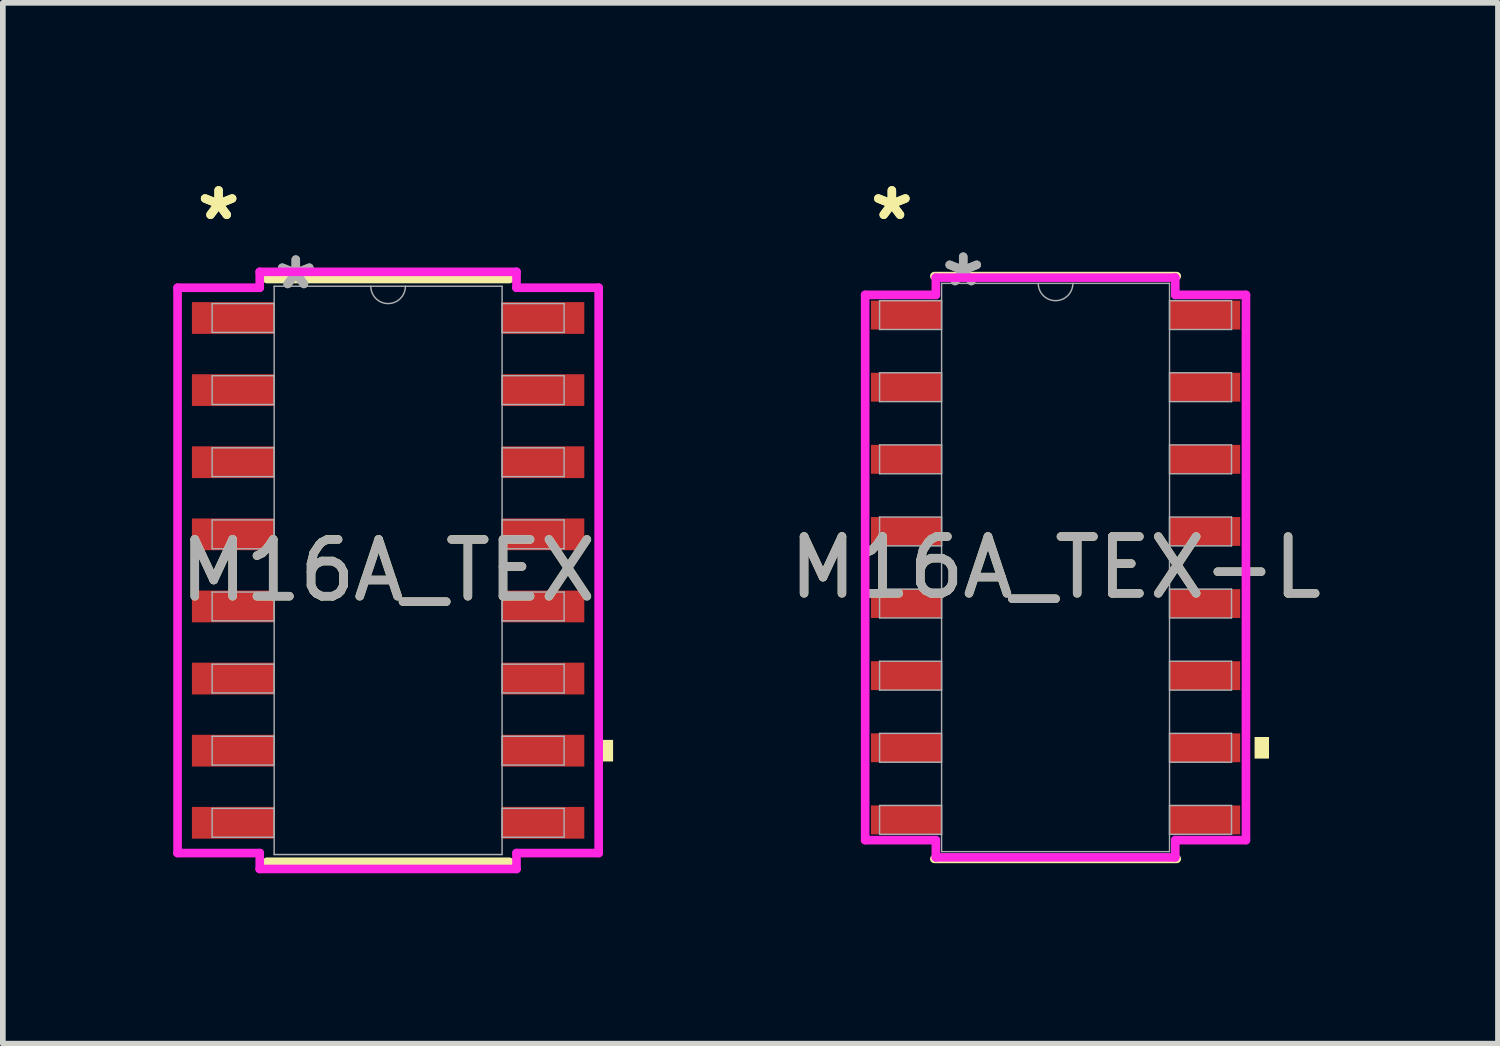
<source format=kicad_pcb>
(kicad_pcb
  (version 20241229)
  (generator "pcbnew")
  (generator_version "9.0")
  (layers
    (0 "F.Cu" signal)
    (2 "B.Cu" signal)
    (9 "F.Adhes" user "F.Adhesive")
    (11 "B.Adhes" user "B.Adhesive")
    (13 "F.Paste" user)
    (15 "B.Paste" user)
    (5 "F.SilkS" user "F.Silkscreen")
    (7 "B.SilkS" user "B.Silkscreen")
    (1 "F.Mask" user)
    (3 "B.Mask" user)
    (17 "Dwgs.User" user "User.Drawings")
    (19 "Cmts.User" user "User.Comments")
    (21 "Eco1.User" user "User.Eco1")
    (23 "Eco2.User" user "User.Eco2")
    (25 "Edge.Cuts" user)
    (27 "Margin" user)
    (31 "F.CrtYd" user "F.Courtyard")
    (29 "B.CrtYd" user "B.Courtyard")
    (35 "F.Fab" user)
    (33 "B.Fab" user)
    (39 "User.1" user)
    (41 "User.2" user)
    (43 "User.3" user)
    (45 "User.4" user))
  (footprint "M16A_TEX-L"
    (layer "F.Cu")
    (at 15.539 6.944)
    (property "Reference" "M16A_TEX-L" (at 0 0 0) (unlocked yes) (layer "F.SilkS") (effects (font (size 1 1) (thickness 0.15))))
    (attr smd)
    (fp_line (start -2.134 5.131) (end 2.134 5.131) (stroke (width 0.152) (type solid)) (layer "F.SilkS"))
    (fp_line (start 2.134 -5.131) (end -2.134 -5.131) (stroke (width 0.152) (type solid)) (layer "F.SilkS"))
    (fp_poly (pts (xy 3.759 2.985) (xy 3.759 3.365) (xy 3.505 3.365) (xy 3.505 2.985)) (stroke (width 0) (type solid)) (fill yes) (layer "F.SilkS"))
    (fp_line (start -3.353 -4.801) (end -2.108 -4.801) (stroke (width 0.152) (type solid)) (layer "F.CrtYd"))
    (fp_line (start -3.353 4.801) (end -3.353 -4.801) (stroke (width 0.152) (type solid)) (layer "F.CrtYd"))
    (fp_line (start -3.353 4.801) (end -2.108 4.801) (stroke (width 0.152) (type solid)) (layer "F.CrtYd"))
    (fp_line (start -2.108 -5.105) (end 2.108 -5.105) (stroke (width 0.152) (type solid)) (layer "F.CrtYd"))
    (fp_line (start -2.108 -4.801) (end -2.108 -5.105) (stroke (width 0.152) (type solid)) (layer "F.CrtYd"))
    (fp_line (start -2.108 5.105) (end -2.108 4.801) (stroke (width 0.152) (type solid)) (layer "F.CrtYd"))
    (fp_line (start 2.108 -5.105) (end 2.108 -4.801) (stroke (width 0.152) (type solid)) (layer "F.CrtYd"))
    (fp_line (start 2.108 4.801) (end 2.108 5.105) (stroke (width 0.152) (type solid)) (layer "F.CrtYd"))
    (fp_line (start 2.108 5.105) (end -2.108 5.105) (stroke (width 0.152) (type solid)) (layer "F.CrtYd"))
    (fp_line (start 3.353 -4.801) (end 2.108 -4.801) (stroke (width 0.152) (type solid)) (layer "F.CrtYd"))
    (fp_line (start 3.353 -4.801) (end 3.353 4.801) (stroke (width 0.152) (type solid)) (layer "F.CrtYd"))
    (fp_line (start 3.353 4.801) (end 2.108 4.801) (stroke (width 0.152) (type solid)) (layer "F.CrtYd"))
    (fp_line (start -3.099 -4.699) (end -3.099 -4.191) (stroke (width 0.025) (type solid)) (layer "F.Fab"))
    (fp_line (start -3.099 -4.191) (end -2.007 -4.191) (stroke (width 0.025) (type solid)) (layer "F.Fab"))
    (fp_line (start -3.099 -3.429) (end -3.099 -2.921) (stroke (width 0.025) (type solid)) (layer "F.Fab"))
    (fp_line (start -3.099 -2.921) (end -2.007 -2.921) (stroke (width 0.025) (type solid)) (layer "F.Fab"))
    (fp_line (start -3.099 -2.159) (end -3.099 -1.651) (stroke (width 0.025) (type solid)) (layer "F.Fab"))
    (fp_line (start -3.099 -1.651) (end -2.007 -1.651) (stroke (width 0.025) (type solid)) (layer "F.Fab"))
    (fp_line (start -3.099 -0.889) (end -3.099 -0.381) (stroke (width 0.025) (type solid)) (layer "F.Fab"))
    (fp_line (start -3.099 -0.381) (end -2.007 -0.381) (stroke (width 0.025) (type solid)) (layer "F.Fab"))
    (fp_line (start -3.099 0.381) (end -3.099 0.889) (stroke (width 0.025) (type solid)) (layer "F.Fab"))
    (fp_line (start -3.099 0.889) (end -2.007 0.889) (stroke (width 0.025) (type solid)) (layer "F.Fab"))
    (fp_line (start -3.099 1.651) (end -3.099 2.159) (stroke (width 0.025) (type solid)) (layer "F.Fab"))
    (fp_line (start -3.099 2.159) (end -2.007 2.159) (stroke (width 0.025) (type solid)) (layer "F.Fab"))
    (fp_line (start -3.099 2.921) (end -3.099 3.429) (stroke (width 0.025) (type solid)) (layer "F.Fab"))
    (fp_line (start -3.099 3.429) (end -2.007 3.429) (stroke (width 0.025) (type solid)) (layer "F.Fab"))
    (fp_line (start -3.099 4.191) (end -3.099 4.699) (stroke (width 0.025) (type solid)) (layer "F.Fab"))
    (fp_line (start -3.099 4.699) (end -2.007 4.699) (stroke (width 0.025) (type solid)) (layer "F.Fab"))
    (fp_line (start -2.007 -5.004) (end -2.007 5.004) (stroke (width 0.025) (type solid)) (layer "F.Fab"))
    (fp_line (start -2.007 -4.699) (end -3.099 -4.699) (stroke (width 0.025) (type solid)) (layer "F.Fab"))
    (fp_line (start -2.007 -4.191) (end -2.007 -4.699) (stroke (width 0.025) (type solid)) (layer "F.Fab"))
    (fp_line (start -2.007 -3.429) (end -3.099 -3.429) (stroke (width 0.025) (type solid)) (layer "F.Fab"))
    (fp_line (start -2.007 -2.921) (end -2.007 -3.429) (stroke (width 0.025) (type solid)) (layer "F.Fab"))
    (fp_line (start -2.007 -2.159) (end -3.099 -2.159) (stroke (width 0.025) (type solid)) (layer "F.Fab"))
    (fp_line (start -2.007 -1.651) (end -2.007 -2.159) (stroke (width 0.025) (type solid)) (layer "F.Fab"))
    (fp_line (start -2.007 -0.889) (end -3.099 -0.889) (stroke (width 0.025) (type solid)) (layer "F.Fab"))
    (fp_line (start -2.007 -0.381) (end -2.007 -0.889) (stroke (width 0.025) (type solid)) (layer "F.Fab"))
    (fp_line (start -2.007 0.381) (end -3.099 0.381) (stroke (width 0.025) (type solid)) (layer "F.Fab"))
    (fp_line (start -2.007 0.889) (end -2.007 0.381) (stroke (width 0.025) (type solid)) (layer "F.Fab"))
    (fp_line (start -2.007 1.651) (end -3.099 1.651) (stroke (width 0.025) (type solid)) (layer "F.Fab"))
    (fp_line (start -2.007 2.159) (end -2.007 1.651) (stroke (width 0.025) (type solid)) (layer "F.Fab"))
    (fp_line (start -2.007 2.921) (end -3.099 2.921) (stroke (width 0.025) (type solid)) (layer "F.Fab"))
    (fp_line (start -2.007 3.429) (end -2.007 2.921) (stroke (width 0.025) (type solid)) (layer "F.Fab"))
    (fp_line (start -2.007 4.191) (end -3.099 4.191) (stroke (width 0.025) (type solid)) (layer "F.Fab"))
    (fp_line (start -2.007 4.699) (end -2.007 4.191) (stroke (width 0.025) (type solid)) (layer "F.Fab"))
    (fp_line (start -2.007 5.004) (end 2.007 5.004) (stroke (width 0.025) (type solid)) (layer "F.Fab"))
    (fp_line (start 2.007 -5.004) (end -2.007 -5.004) (stroke (width 0.025) (type solid)) (layer "F.Fab"))
    (fp_line (start 2.007 -4.699) (end 2.007 -4.191) (stroke (width 0.025) (type solid)) (layer "F.Fab"))
    (fp_line (start 2.007 -4.191) (end 3.099 -4.191) (stroke (width 0.025) (type solid)) (layer "F.Fab"))
    (fp_line (start 2.007 -3.429) (end 2.007 -2.921) (stroke (width 0.025) (type solid)) (layer "F.Fab"))
    (fp_line (start 2.007 -2.921) (end 3.099 -2.921) (stroke (width 0.025) (type solid)) (layer "F.Fab"))
    (fp_line (start 2.007 -2.159) (end 2.007 -1.651) (stroke (width 0.025) (type solid)) (layer "F.Fab"))
    (fp_line (start 2.007 -1.651) (end 3.099 -1.651) (stroke (width 0.025) (type solid)) (layer "F.Fab"))
    (fp_line (start 2.007 -0.889) (end 2.007 -0.381) (stroke (width 0.025) (type solid)) (layer "F.Fab"))
    (fp_line (start 2.007 -0.381) (end 3.099 -0.381) (stroke (width 0.025) (type solid)) (layer "F.Fab"))
    (fp_line (start 2.007 0.381) (end 2.007 0.889) (stroke (width 0.025) (type solid)) (layer "F.Fab"))
    (fp_line (start 2.007 0.889) (end 3.099 0.889) (stroke (width 0.025) (type solid)) (layer "F.Fab"))
    (fp_line (start 2.007 1.651) (end 2.007 2.159) (stroke (width 0.025) (type solid)) (layer "F.Fab"))
    (fp_line (start 2.007 2.159) (end 3.099 2.159) (stroke (width 0.025) (type solid)) (layer "F.Fab"))
    (fp_line (start 2.007 2.921) (end 2.007 3.429) (stroke (width 0.025) (type solid)) (layer "F.Fab"))
    (fp_line (start 2.007 3.429) (end 3.099 3.429) (stroke (width 0.025) (type solid)) (layer "F.Fab"))
    (fp_line (start 2.007 4.191) (end 2.007 4.699) (stroke (width 0.025) (type solid)) (layer "F.Fab"))
    (fp_line (start 2.007 4.699) (end 3.099 4.699) (stroke (width 0.025) (type solid)) (layer "F.Fab"))
    (fp_line (start 2.007 5.004) (end 2.007 -5.004) (stroke (width 0.025) (type solid)) (layer "F.Fab"))
    (fp_line (start 3.099 -4.699) (end 2.007 -4.699) (stroke (width 0.025) (type solid)) (layer "F.Fab"))
    (fp_line (start 3.099 -4.191) (end 3.099 -4.699) (stroke (width 0.025) (type solid)) (layer "F.Fab"))
    (fp_line (start 3.099 -3.429) (end 2.007 -3.429) (stroke (width 0.025) (type solid)) (layer "F.Fab"))
    (fp_line (start 3.099 -2.921) (end 3.099 -3.429) (stroke (width 0.025) (type solid)) (layer "F.Fab"))
    (fp_line (start 3.099 -2.159) (end 2.007 -2.159) (stroke (width 0.025) (type solid)) (layer "F.Fab"))
    (fp_line (start 3.099 -1.651) (end 3.099 -2.159) (stroke (width 0.025) (type solid)) (layer "F.Fab"))
    (fp_line (start 3.099 -0.889) (end 2.007 -0.889) (stroke (width 0.025) (type solid)) (layer "F.Fab"))
    (fp_line (start 3.099 -0.381) (end 3.099 -0.889) (stroke (width 0.025) (type solid)) (layer "F.Fab"))
    (fp_line (start 3.099 0.381) (end 2.007 0.381) (stroke (width 0.025) (type solid)) (layer "F.Fab"))
    (fp_line (start 3.099 0.889) (end 3.099 0.381) (stroke (width 0.025) (type solid)) (layer "F.Fab"))
    (fp_line (start 3.099 1.651) (end 2.007 1.651) (stroke (width 0.025) (type solid)) (layer "F.Fab"))
    (fp_line (start 3.099 2.159) (end 3.099 1.651) (stroke (width 0.025) (type solid)) (layer "F.Fab"))
    (fp_line (start 3.099 2.921) (end 2.007 2.921) (stroke (width 0.025) (type solid)) (layer "F.Fab"))
    (fp_line (start 3.099 3.429) (end 3.099 2.921) (stroke (width 0.025) (type solid)) (layer "F.Fab"))
    (fp_line (start 3.099 4.191) (end 2.007 4.191) (stroke (width 0.025) (type solid)) (layer "F.Fab"))
    (fp_line (start 3.099 4.699) (end 3.099 4.191) (stroke (width 0.025) (type solid)) (layer "F.Fab"))
    (fp_arc (start 0.3048 -5.0038) (mid 0 -4.699) (end -0.3048 -5.0038) (stroke (width 0.0254) (type solid)) (layer "F.Fab"))
    (fp_text user "*" (at -2.883 -6.096 0) (unlocked yes) (layer "F.SilkS") (effects (font (size 1 1) (thickness 0.15))))
    (fp_text user "*" (at -2.883 -6.096 0) (layer "F.SilkS") (effects (font (size 1 1) (thickness 0.15))))
    (fp_text user "${REFERENCE}" (at 0 0 0) (unlocked yes) (layer "F.Fab") (effects (font (size 1 1) (thickness 0.15))))
    (fp_text user "*" (at -1.626 -4.928 0) (unlocked yes) (layer "F.Fab") (effects (font (size 1 1) (thickness 0.15))))
    (fp_text user "*" (at -1.626 -4.928 0) (layer "F.Fab") (effects (font (size 1 1) (thickness 0.15))))
    (pad "1" smd rect (at -2.629 -4.445) (size 1.245 0.508) (layers "F.Cu" "F.Mask" "F.Paste"))
    (pad "2" smd rect (at -2.629 -3.175) (size 1.245 0.508) (layers "F.Cu" "F.Mask" "F.Paste"))
    (pad "3" smd rect (at -2.629 -1.905) (size 1.245 0.508) (layers "F.Cu" "F.Mask" "F.Paste"))
    (pad "4" smd rect (at -2.629 -0.635) (size 1.245 0.508) (layers "F.Cu" "F.Mask" "F.Paste"))
    (pad "5" smd rect (at -2.629 0.635) (size 1.245 0.508) (layers "F.Cu" "F.Mask" "F.Paste"))
    (pad "6" smd rect (at -2.629 1.905) (size 1.245 0.508) (layers "F.Cu" "F.Mask" "F.Paste"))
    (pad "7" smd rect (at -2.629 3.175) (size 1.245 0.508) (layers "F.Cu" "F.Mask" "F.Paste"))
    (pad "8" smd rect (at -2.629 4.445) (size 1.245 0.508) (layers "F.Cu" "F.Mask" "F.Paste"))
    (pad "9" smd rect (at 2.629 4.445) (size 1.245 0.508) (layers "F.Cu" "F.Mask" "F.Paste"))
    (pad "10" smd rect (at 2.629 3.175) (size 1.245 0.508) (layers "F.Cu" "F.Mask" "F.Paste"))
    (pad "11" smd rect (at 2.629 1.905) (size 1.245 0.508) (layers "F.Cu" "F.Mask" "F.Paste"))
    (pad "12" smd rect (at 2.629 0.635) (size 1.245 0.508) (layers "F.Cu" "F.Mask" "F.Paste"))
    (pad "13" smd rect (at 2.629 -0.635) (size 1.245 0.508) (layers "F.Cu" "F.Mask" "F.Paste"))
    (pad "14" smd rect (at 2.629 -1.905) (size 1.245 0.508) (layers "F.Cu" "F.Mask" "F.Paste"))
    (pad "15" smd rect (at 2.629 -3.175) (size 1.245 0.508) (layers "F.Cu" "F.Mask" "F.Paste"))
    (pad "16" smd rect (at 2.629 -4.445) (size 1.245 0.508) (layers "F.Cu" "F.Mask" "F.Paste")))
  (footprint "M16A_TEX"
    (layer "F.Cu")
    (at 3.785 6.995)
    (property "Reference" "M16A_TEX" (at 0 0 0) (unlocked yes) (layer "F.SilkS") (effects (font (size 1 1) (thickness 0.15))))
    (attr smd)
    (fp_line (start -2.134 5.131) (end 2.134 5.131) (stroke (width 0.152) (type solid)) (layer "F.SilkS"))
    (fp_line (start 2.134 -5.131) (end -2.134 -5.131) (stroke (width 0.152) (type solid)) (layer "F.SilkS"))
    (fp_poly (pts (xy 3.962 2.985) (xy 3.962 3.365) (xy 3.708 3.365) (xy 3.708 2.985)) (stroke (width 0) (type solid)) (fill yes) (layer "F.SilkS"))
    (fp_line (start -3.708 -4.978) (end -2.261 -4.978) (stroke (width 0.152) (type solid)) (layer "F.CrtYd"))
    (fp_line (start -3.708 4.978) (end -3.708 -4.978) (stroke (width 0.152) (type solid)) (layer "F.CrtYd"))
    (fp_line (start -3.708 4.978) (end -2.261 4.978) (stroke (width 0.152) (type solid)) (layer "F.CrtYd"))
    (fp_line (start -2.261 -5.258) (end 2.261 -5.258) (stroke (width 0.152) (type solid)) (layer "F.CrtYd"))
    (fp_line (start -2.261 -4.978) (end -2.261 -5.258) (stroke (width 0.152) (type solid)) (layer "F.CrtYd"))
    (fp_line (start -2.261 5.258) (end -2.261 4.978) (stroke (width 0.152) (type solid)) (layer "F.CrtYd"))
    (fp_line (start 2.261 -5.258) (end 2.261 -4.978) (stroke (width 0.152) (type solid)) (layer "F.CrtYd"))
    (fp_line (start 2.261 4.978) (end 2.261 5.258) (stroke (width 0.152) (type solid)) (layer "F.CrtYd"))
    (fp_line (start 2.261 5.258) (end -2.261 5.258) (stroke (width 0.152) (type solid)) (layer "F.CrtYd"))
    (fp_line (start 3.708 -4.978) (end 2.261 -4.978) (stroke (width 0.152) (type solid)) (layer "F.CrtYd"))
    (fp_line (start 3.708 -4.978) (end 3.708 4.978) (stroke (width 0.152) (type solid)) (layer "F.CrtYd"))
    (fp_line (start 3.708 4.978) (end 2.261 4.978) (stroke (width 0.152) (type solid)) (layer "F.CrtYd"))
    (fp_line (start -3.099 -4.699) (end -3.099 -4.191) (stroke (width 0.025) (type solid)) (layer "F.Fab"))
    (fp_line (start -3.099 -4.191) (end -2.007 -4.191) (stroke (width 0.025) (type solid)) (layer "F.Fab"))
    (fp_line (start -3.099 -3.429) (end -3.099 -2.921) (stroke (width 0.025) (type solid)) (layer "F.Fab"))
    (fp_line (start -3.099 -2.921) (end -2.007 -2.921) (stroke (width 0.025) (type solid)) (layer "F.Fab"))
    (fp_line (start -3.099 -2.159) (end -3.099 -1.651) (stroke (width 0.025) (type solid)) (layer "F.Fab"))
    (fp_line (start -3.099 -1.651) (end -2.007 -1.651) (stroke (width 0.025) (type solid)) (layer "F.Fab"))
    (fp_line (start -3.099 -0.889) (end -3.099 -0.381) (stroke (width 0.025) (type solid)) (layer "F.Fab"))
    (fp_line (start -3.099 -0.381) (end -2.007 -0.381) (stroke (width 0.025) (type solid)) (layer "F.Fab"))
    (fp_line (start -3.099 0.381) (end -3.099 0.889) (stroke (width 0.025) (type solid)) (layer "F.Fab"))
    (fp_line (start -3.099 0.889) (end -2.007 0.889) (stroke (width 0.025) (type solid)) (layer "F.Fab"))
    (fp_line (start -3.099 1.651) (end -3.099 2.159) (stroke (width 0.025) (type solid)) (layer "F.Fab"))
    (fp_line (start -3.099 2.159) (end -2.007 2.159) (stroke (width 0.025) (type solid)) (layer "F.Fab"))
    (fp_line (start -3.099 2.921) (end -3.099 3.429) (stroke (width 0.025) (type solid)) (layer "F.Fab"))
    (fp_line (start -3.099 3.429) (end -2.007 3.429) (stroke (width 0.025) (type solid)) (layer "F.Fab"))
    (fp_line (start -3.099 4.191) (end -3.099 4.699) (stroke (width 0.025) (type solid)) (layer "F.Fab"))
    (fp_line (start -3.099 4.699) (end -2.007 4.699) (stroke (width 0.025) (type solid)) (layer "F.Fab"))
    (fp_line (start -2.007 -5.004) (end -2.007 5.004) (stroke (width 0.025) (type solid)) (layer "F.Fab"))
    (fp_line (start -2.007 -4.699) (end -3.099 -4.699) (stroke (width 0.025) (type solid)) (layer "F.Fab"))
    (fp_line (start -2.007 -4.191) (end -2.007 -4.699) (stroke (width 0.025) (type solid)) (layer "F.Fab"))
    (fp_line (start -2.007 -3.429) (end -3.099 -3.429) (stroke (width 0.025) (type solid)) (layer "F.Fab"))
    (fp_line (start -2.007 -2.921) (end -2.007 -3.429) (stroke (width 0.025) (type solid)) (layer "F.Fab"))
    (fp_line (start -2.007 -2.159) (end -3.099 -2.159) (stroke (width 0.025) (type solid)) (layer "F.Fab"))
    (fp_line (start -2.007 -1.651) (end -2.007 -2.159) (stroke (width 0.025) (type solid)) (layer "F.Fab"))
    (fp_line (start -2.007 -0.889) (end -3.099 -0.889) (stroke (width 0.025) (type solid)) (layer "F.Fab"))
    (fp_line (start -2.007 -0.381) (end -2.007 -0.889) (stroke (width 0.025) (type solid)) (layer "F.Fab"))
    (fp_line (start -2.007 0.381) (end -3.099 0.381) (stroke (width 0.025) (type solid)) (layer "F.Fab"))
    (fp_line (start -2.007 0.889) (end -2.007 0.381) (stroke (width 0.025) (type solid)) (layer "F.Fab"))
    (fp_line (start -2.007 1.651) (end -3.099 1.651) (stroke (width 0.025) (type solid)) (layer "F.Fab"))
    (fp_line (start -2.007 2.159) (end -2.007 1.651) (stroke (width 0.025) (type solid)) (layer "F.Fab"))
    (fp_line (start -2.007 2.921) (end -3.099 2.921) (stroke (width 0.025) (type solid)) (layer "F.Fab"))
    (fp_line (start -2.007 3.429) (end -2.007 2.921) (stroke (width 0.025) (type solid)) (layer "F.Fab"))
    (fp_line (start -2.007 4.191) (end -3.099 4.191) (stroke (width 0.025) (type solid)) (layer "F.Fab"))
    (fp_line (start -2.007 4.699) (end -2.007 4.191) (stroke (width 0.025) (type solid)) (layer "F.Fab"))
    (fp_line (start -2.007 5.004) (end 2.007 5.004) (stroke (width 0.025) (type solid)) (layer "F.Fab"))
    (fp_line (start 2.007 -5.004) (end -2.007 -5.004) (stroke (width 0.025) (type solid)) (layer "F.Fab"))
    (fp_line (start 2.007 -4.699) (end 2.007 -4.191) (stroke (width 0.025) (type solid)) (layer "F.Fab"))
    (fp_line (start 2.007 -4.191) (end 3.099 -4.191) (stroke (width 0.025) (type solid)) (layer "F.Fab"))
    (fp_line (start 2.007 -3.429) (end 2.007 -2.921) (stroke (width 0.025) (type solid)) (layer "F.Fab"))
    (fp_line (start 2.007 -2.921) (end 3.099 -2.921) (stroke (width 0.025) (type solid)) (layer "F.Fab"))
    (fp_line (start 2.007 -2.159) (end 2.007 -1.651) (stroke (width 0.025) (type solid)) (layer "F.Fab"))
    (fp_line (start 2.007 -1.651) (end 3.099 -1.651) (stroke (width 0.025) (type solid)) (layer "F.Fab"))
    (fp_line (start 2.007 -0.889) (end 2.007 -0.381) (stroke (width 0.025) (type solid)) (layer "F.Fab"))
    (fp_line (start 2.007 -0.381) (end 3.099 -0.381) (stroke (width 0.025) (type solid)) (layer "F.Fab"))
    (fp_line (start 2.007 0.381) (end 2.007 0.889) (stroke (width 0.025) (type solid)) (layer "F.Fab"))
    (fp_line (start 2.007 0.889) (end 3.099 0.889) (stroke (width 0.025) (type solid)) (layer "F.Fab"))
    (fp_line (start 2.007 1.651) (end 2.007 2.159) (stroke (width 0.025) (type solid)) (layer "F.Fab"))
    (fp_line (start 2.007 2.159) (end 3.099 2.159) (stroke (width 0.025) (type solid)) (layer "F.Fab"))
    (fp_line (start 2.007 2.921) (end 2.007 3.429) (stroke (width 0.025) (type solid)) (layer "F.Fab"))
    (fp_line (start 2.007 3.429) (end 3.099 3.429) (stroke (width 0.025) (type solid)) (layer "F.Fab"))
    (fp_line (start 2.007 4.191) (end 2.007 4.699) (stroke (width 0.025) (type solid)) (layer "F.Fab"))
    (fp_line (start 2.007 4.699) (end 3.099 4.699) (stroke (width 0.025) (type solid)) (layer "F.Fab"))
    (fp_line (start 2.007 5.004) (end 2.007 -5.004) (stroke (width 0.025) (type solid)) (layer "F.Fab"))
    (fp_line (start 3.099 -4.699) (end 2.007 -4.699) (stroke (width 0.025) (type solid)) (layer "F.Fab"))
    (fp_line (start 3.099 -4.191) (end 3.099 -4.699) (stroke (width 0.025) (type solid)) (layer "F.Fab"))
    (fp_line (start 3.099 -3.429) (end 2.007 -3.429) (stroke (width 0.025) (type solid)) (layer "F.Fab"))
    (fp_line (start 3.099 -2.921) (end 3.099 -3.429) (stroke (width 0.025) (type solid)) (layer "F.Fab"))
    (fp_line (start 3.099 -2.159) (end 2.007 -2.159) (stroke (width 0.025) (type solid)) (layer "F.Fab"))
    (fp_line (start 3.099 -1.651) (end 3.099 -2.159) (stroke (width 0.025) (type solid)) (layer "F.Fab"))
    (fp_line (start 3.099 -0.889) (end 2.007 -0.889) (stroke (width 0.025) (type solid)) (layer "F.Fab"))
    (fp_line (start 3.099 -0.381) (end 3.099 -0.889) (stroke (width 0.025) (type solid)) (layer "F.Fab"))
    (fp_line (start 3.099 0.381) (end 2.007 0.381) (stroke (width 0.025) (type solid)) (layer "F.Fab"))
    (fp_line (start 3.099 0.889) (end 3.099 0.381) (stroke (width 0.025) (type solid)) (layer "F.Fab"))
    (fp_line (start 3.099 1.651) (end 2.007 1.651) (stroke (width 0.025) (type solid)) (layer "F.Fab"))
    (fp_line (start 3.099 2.159) (end 3.099 1.651) (stroke (width 0.025) (type solid)) (layer "F.Fab"))
    (fp_line (start 3.099 2.921) (end 2.007 2.921) (stroke (width 0.025) (type solid)) (layer "F.Fab"))
    (fp_line (start 3.099 3.429) (end 3.099 2.921) (stroke (width 0.025) (type solid)) (layer "F.Fab"))
    (fp_line (start 3.099 4.191) (end 2.007 4.191) (stroke (width 0.025) (type solid)) (layer "F.Fab"))
    (fp_line (start 3.099 4.699) (end 3.099 4.191) (stroke (width 0.025) (type solid)) (layer "F.Fab"))
    (fp_arc (start 0.3048 -5.0038) (mid 0 -4.699) (end -0.3048 -5.0038) (stroke (width 0.0254) (type solid)) (layer "F.Fab"))
    (fp_text user "*" (at -2.985 -6.147 0) (layer "F.SilkS") (effects (font (size 1 1) (thickness 0.15))))
    (fp_text user "*" (at -2.985 -6.147 0) (unlocked yes) (layer "F.SilkS") (effects (font (size 1 1) (thickness 0.15))))
    (fp_text user "${REFERENCE}" (at 0 0 0) (unlocked yes) (layer "F.Fab") (effects (font (size 1 1) (thickness 0.15))))
    (fp_text user "*" (at -1.626 -4.928 0) (layer "F.Fab") (effects (font (size 1 1) (thickness 0.15))))
    (fp_text user "*" (at -1.626 -4.928 0) (unlocked yes) (layer "F.Fab") (effects (font (size 1 1) (thickness 0.15))))
    (pad "1" smd rect (at -2.731 -4.445) (size 1.448 0.559) (layers "F.Cu" "F.Mask" "F.Paste"))
    (pad "2" smd rect (at -2.731 -3.175) (size 1.448 0.559) (layers "F.Cu" "F.Mask" "F.Paste"))
    (pad "3" smd rect (at -2.731 -1.905) (size 1.448 0.559) (layers "F.Cu" "F.Mask" "F.Paste"))
    (pad "4" smd rect (at -2.731 -0.635) (size 1.448 0.559) (layers "F.Cu" "F.Mask" "F.Paste"))
    (pad "5" smd rect (at -2.731 0.635) (size 1.448 0.559) (layers "F.Cu" "F.Mask" "F.Paste"))
    (pad "6" smd rect (at -2.731 1.905) (size 1.448 0.559) (layers "F.Cu" "F.Mask" "F.Paste"))
    (pad "7" smd rect (at -2.731 3.175) (size 1.448 0.559) (layers "F.Cu" "F.Mask" "F.Paste"))
    (pad "8" smd rect (at -2.731 4.445) (size 1.448 0.559) (layers "F.Cu" "F.Mask" "F.Paste"))
    (pad "9" smd rect (at 2.731 4.445) (size 1.448 0.559) (layers "F.Cu" "F.Mask" "F.Paste"))
    (pad "10" smd rect (at 2.731 3.175) (size 1.448 0.559) (layers "F.Cu" "F.Mask" "F.Paste"))
    (pad "11" smd rect (at 2.731 1.905) (size 1.448 0.559) (layers "F.Cu" "F.Mask" "F.Paste"))
    (pad "12" smd rect (at 2.731 0.635) (size 1.448 0.559) (layers "F.Cu" "F.Mask" "F.Paste"))
    (pad "13" smd rect (at 2.731 -0.635) (size 1.448 0.559) (layers "F.Cu" "F.Mask" "F.Paste"))
    (pad "14" smd rect (at 2.731 -1.905) (size 1.448 0.559) (layers "F.Cu" "F.Mask" "F.Paste"))
    (pad "15" smd rect (at 2.731 -3.175) (size 1.448 0.559) (layers "F.Cu" "F.Mask" "F.Paste"))
    (pad "16" smd rect (at 2.731 -4.445) (size 1.448 0.559) (layers "F.Cu" "F.Mask" "F.Paste")))
  (gr_rect
    (start -3 -3)
    (end 23.33 15.329)
    (stroke (width 0.1) (type default))
    (fill no)
    (layer "Edge.Cuts")))
</source>
